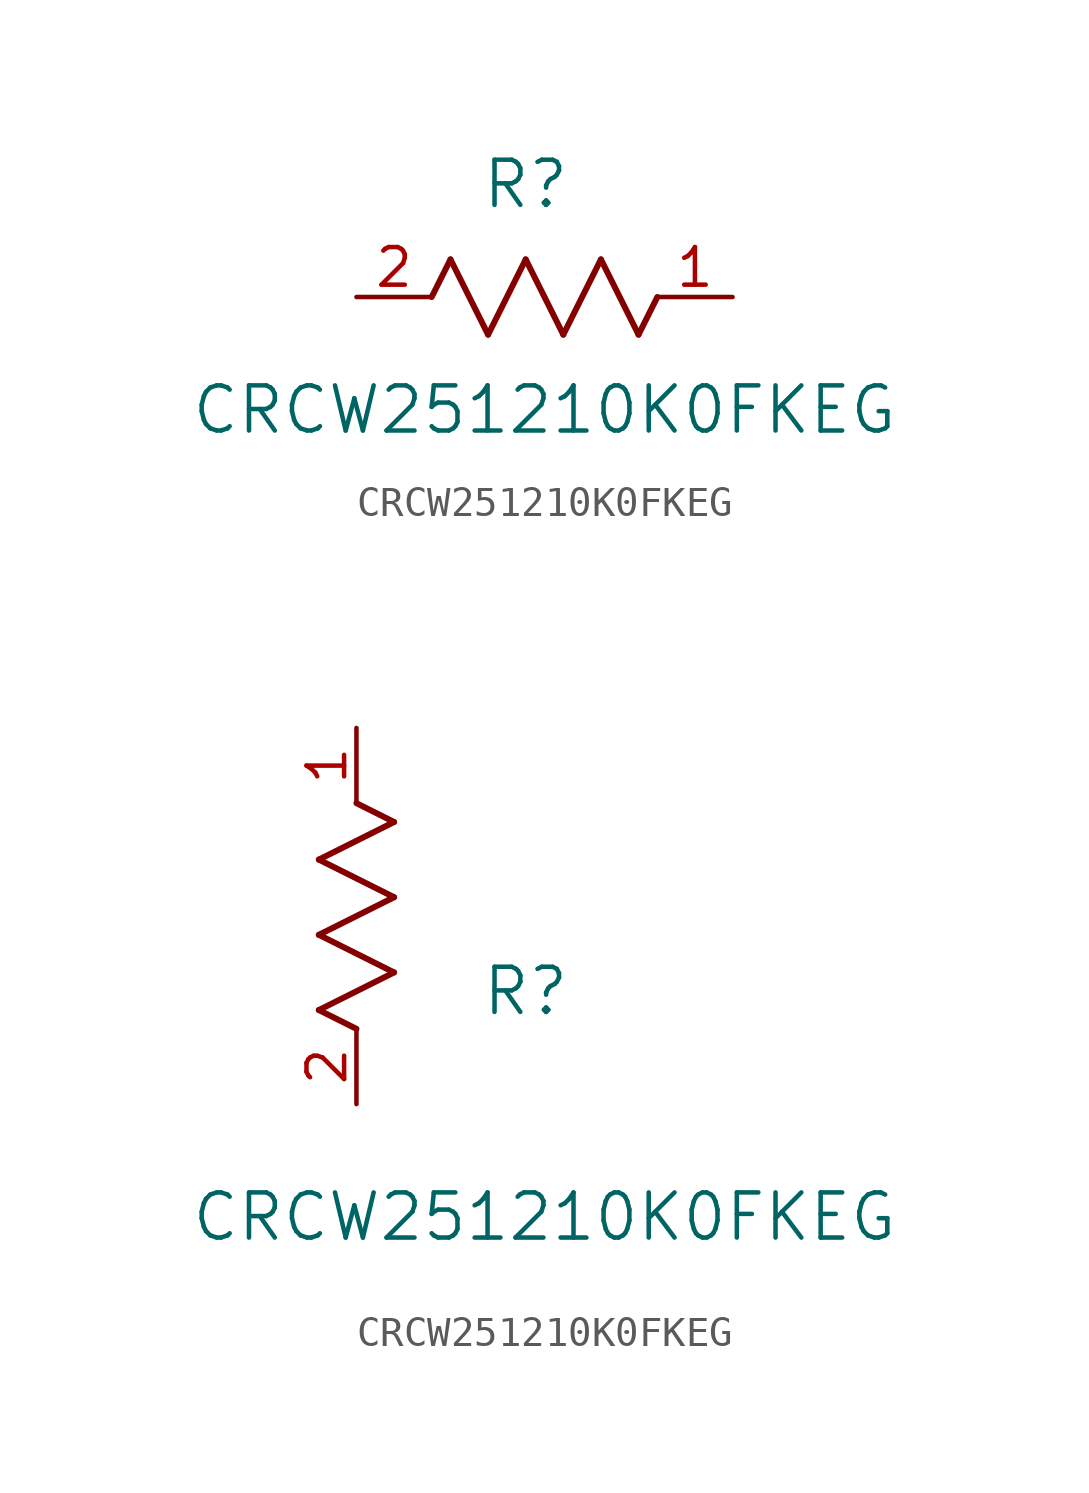
<source format=kicad_sym>
(kicad_symbol_lib
  (version 20211014)
  (generator kicad_symbol_editor)
  (symbol "CRCW251210K0FKEG"
    (pin_names
      (offset 0.254))
    (property "Reference" "R"
      (at 5.715 3.81 0)
      (effects (font (size 1.524 1.524))))
    (property "Value" "CRCW251210K0FKEG"
      (at 6.35 -3.81 0)
      (effects (font (size 1.524 1.524))))
    (symbol "CRCW251210K0FKEG_1_1"
      (polyline (pts (xy 3.175 1.27) (xy 4.445 -1.27)) (stroke (width 0.203) (type default) (color 0 0 0 0)) (fill (type none)))
      (polyline (pts (xy 4.445 -1.27) (xy 5.715 1.27)) (stroke (width 0.203) (type default) (color 0 0 0 0)) (fill (type none)))
      (polyline (pts (xy 5.715 1.27) (xy 6.985 -1.27)) (stroke (width 0.203) (type default) (color 0 0 0 0)) (fill (type none)))
      (polyline (pts (xy 6.985 -1.27) (xy 8.255 1.27)) (stroke (width 0.203) (type default) (color 0 0 0 0)) (fill (type none)))
      (polyline (pts (xy 8.255 1.27) (xy 9.525 -1.27)) (stroke (width 0.203) (type default) (color 0 0 0 0)) (fill (type none)))
      (polyline (pts (xy 2.54 0) (xy 3.175 1.27)) (stroke (width 0.203) (type default) (color 0 0 0 0)) (fill (type none)))
      (polyline (pts (xy 9.525 -1.27) (xy 10.16 0)) (stroke (width 0.203) (type default) (color 0 0 0 0)) (fill (type none)))
      (pin unspecified line (at 0 0 0) (length 2.54) (name "" (effects (font (size 1.27 1.27)))) (number "2" (effects (font (size 1.27 1.27)))))
      (pin unspecified line (at 12.7 0 180) (length 2.54) (name "" (effects (font (size 1.27 1.27)))) (number "1" (effects (font (size 1.27 1.27))))))
    (symbol "CRCW251210K0FKEG_1_2"
      (polyline (pts (xy 0 2.54) (xy -1.27 3.175)) (stroke (width 0.203) (type default) (color 0 0 0 0)) (fill (type none)))
      (polyline (pts (xy -1.27 3.175) (xy 1.27 4.445)) (stroke (width 0.203) (type default) (color 0 0 0 0)) (fill (type none)))
      (polyline (pts (xy 1.27 4.445) (xy -1.27 5.715)) (stroke (width 0.203) (type default) (color 0 0 0 0)) (fill (type none)))
      (polyline (pts (xy -1.27 5.715) (xy 1.27 6.985)) (stroke (width 0.203) (type default) (color 0 0 0 0)) (fill (type none)))
      (polyline (pts (xy -1.27 8.255) (xy 1.27 9.525)) (stroke (width 0.203) (type default) (color 0 0 0 0)) (fill (type none)))
      (polyline (pts (xy 1.27 9.525) (xy 0 10.16)) (stroke (width 0.203) (type default) (color 0 0 0 0)) (fill (type none)))
      (polyline (pts (xy 1.27 6.985) (xy -1.27 8.255)) (stroke (width 0.203) (type default) (color 0 0 0 0)) (fill (type none)))
      (pin unspecified line (at 0 0 90) (length 2.54) (name "" (effects (font (size 1.27 1.27)))) (number "2" (effects (font (size 1.27 1.27)))))
      (pin unspecified line (at 0 12.7 270) (length 2.54) (name "" (effects (font (size 1.27 1.27)))) (number "1" (effects (font (size 1.27 1.27))))))))
</source>
